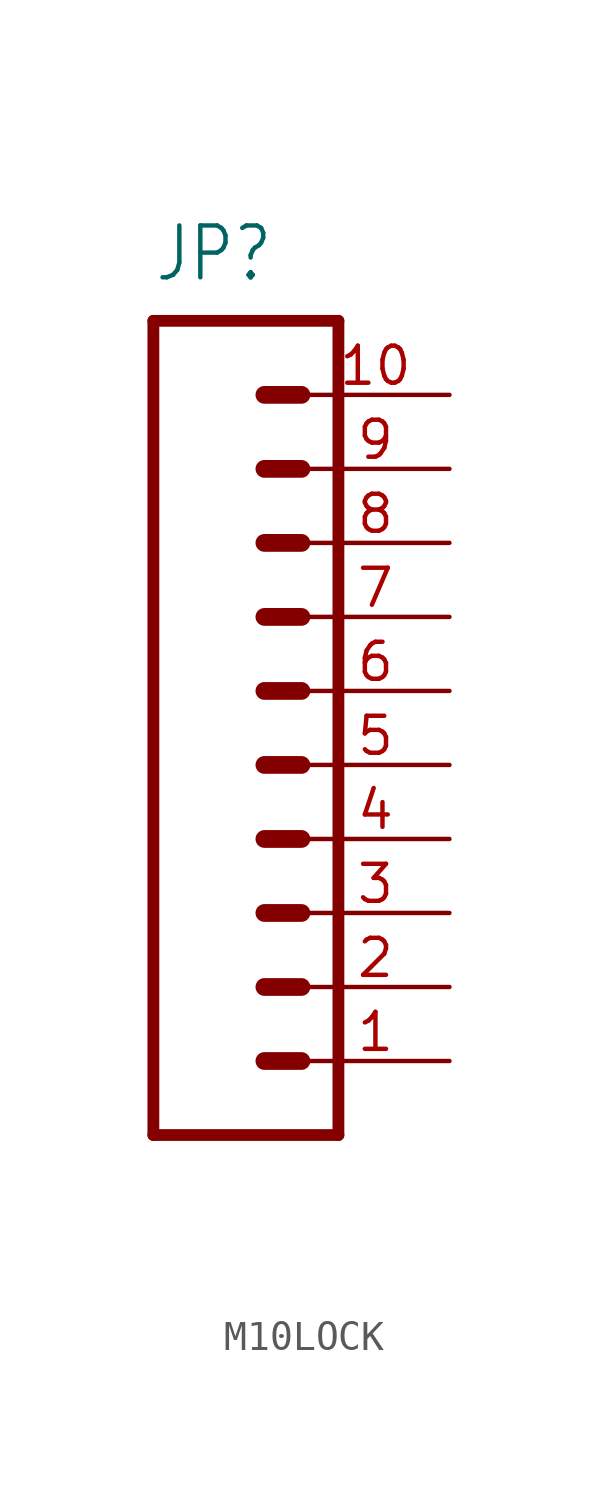
<source format=kicad_sym>
(kicad_symbol_lib
  (version 20220914)
  (generator kicad_symbol_editor)
  (symbol "M10LOCK"
    (property "Reference" "JP"
      (at 0 8.89 0)
      (effects (font (size 1.778 1.511)) (justify left bottom)))
    (property "Value" ""
      (at 0 -22.86 0)
      (effects (font (size 1.778 1.511)) (justify left bottom)))
    (property "ki_locked" ""
      (at 0 0 0)
      (effects (font (size 1.27 1.27))))
    (symbol "M10LOCK_1_0"
      (polyline (pts (xy 0 7.62) (xy 0 -20.32)) (stroke (width 0.406) (type solid)) (fill (type none)))
      (polyline (pts (xy 0 7.62) (xy 6.35 7.62)) (stroke (width 0.406) (type solid)) (fill (type none)))
      (polyline (pts (xy 3.81 -17.78) (xy 5.08 -17.78)) (stroke (width 0.61) (type solid)) (fill (type none)))
      (polyline (pts (xy 3.81 -15.24) (xy 5.08 -15.24)) (stroke (width 0.61) (type solid)) (fill (type none)))
      (polyline (pts (xy 3.81 -12.7) (xy 5.08 -12.7)) (stroke (width 0.61) (type solid)) (fill (type none)))
      (polyline (pts (xy 3.81 -10.16) (xy 5.08 -10.16)) (stroke (width 0.61) (type solid)) (fill (type none)))
      (polyline (pts (xy 3.81 -7.62) (xy 5.08 -7.62)) (stroke (width 0.61) (type solid)) (fill (type none)))
      (polyline (pts (xy 3.81 -5.08) (xy 5.08 -5.08)) (stroke (width 0.61) (type solid)) (fill (type none)))
      (polyline (pts (xy 3.81 -2.54) (xy 5.08 -2.54)) (stroke (width 0.61) (type solid)) (fill (type none)))
      (polyline (pts (xy 3.81 0) (xy 5.08 0)) (stroke (width 0.61) (type solid)) (fill (type none)))
      (polyline (pts (xy 3.81 2.54) (xy 5.08 2.54)) (stroke (width 0.61) (type solid)) (fill (type none)))
      (polyline (pts (xy 3.81 5.08) (xy 5.08 5.08)) (stroke (width 0.61) (type solid)) (fill (type none)))
      (polyline (pts (xy 6.35 -20.32) (xy 0 -20.32)) (stroke (width 0.406) (type solid)) (fill (type none)))
      (polyline (pts (xy 6.35 -20.32) (xy 6.35 7.62)) (stroke (width 0.406) (type solid)) (fill (type none)))
      (pin passive line (at 10.16 -17.78 180) (length 5.08) (name "1" (effects (font (size 0 0)))) (number "1" (effects (font (size 1.27 1.27)))))
      (pin passive line (at 10.16 5.08 180) (length 5.08) (name "10" (effects (font (size 0 0)))) (number "10" (effects (font (size 1.27 1.27)))))
      (pin passive line (at 10.16 -15.24 180) (length 5.08) (name "2" (effects (font (size 0 0)))) (number "2" (effects (font (size 1.27 1.27)))))
      (pin passive line (at 10.16 -12.7 180) (length 5.08) (name "3" (effects (font (size 0 0)))) (number "3" (effects (font (size 1.27 1.27)))))
      (pin passive line (at 10.16 -10.16 180) (length 5.08) (name "4" (effects (font (size 0 0)))) (number "4" (effects (font (size 1.27 1.27)))))
      (pin passive line (at 10.16 -7.62 180) (length 5.08) (name "5" (effects (font (size 0 0)))) (number "5" (effects (font (size 1.27 1.27)))))
      (pin passive line (at 10.16 -5.08 180) (length 5.08) (name "6" (effects (font (size 0 0)))) (number "6" (effects (font (size 1.27 1.27)))))
      (pin passive line (at 10.16 -2.54 180) (length 5.08) (name "7" (effects (font (size 0 0)))) (number "7" (effects (font (size 1.27 1.27)))))
      (pin passive line (at 10.16 0 180) (length 5.08) (name "8" (effects (font (size 0 0)))) (number "8" (effects (font (size 1.27 1.27)))))
      (pin passive line (at 10.16 2.54 180) (length 5.08) (name "9" (effects (font (size 0 0)))) (number "9" (effects (font (size 1.27 1.27))))))))
</source>
